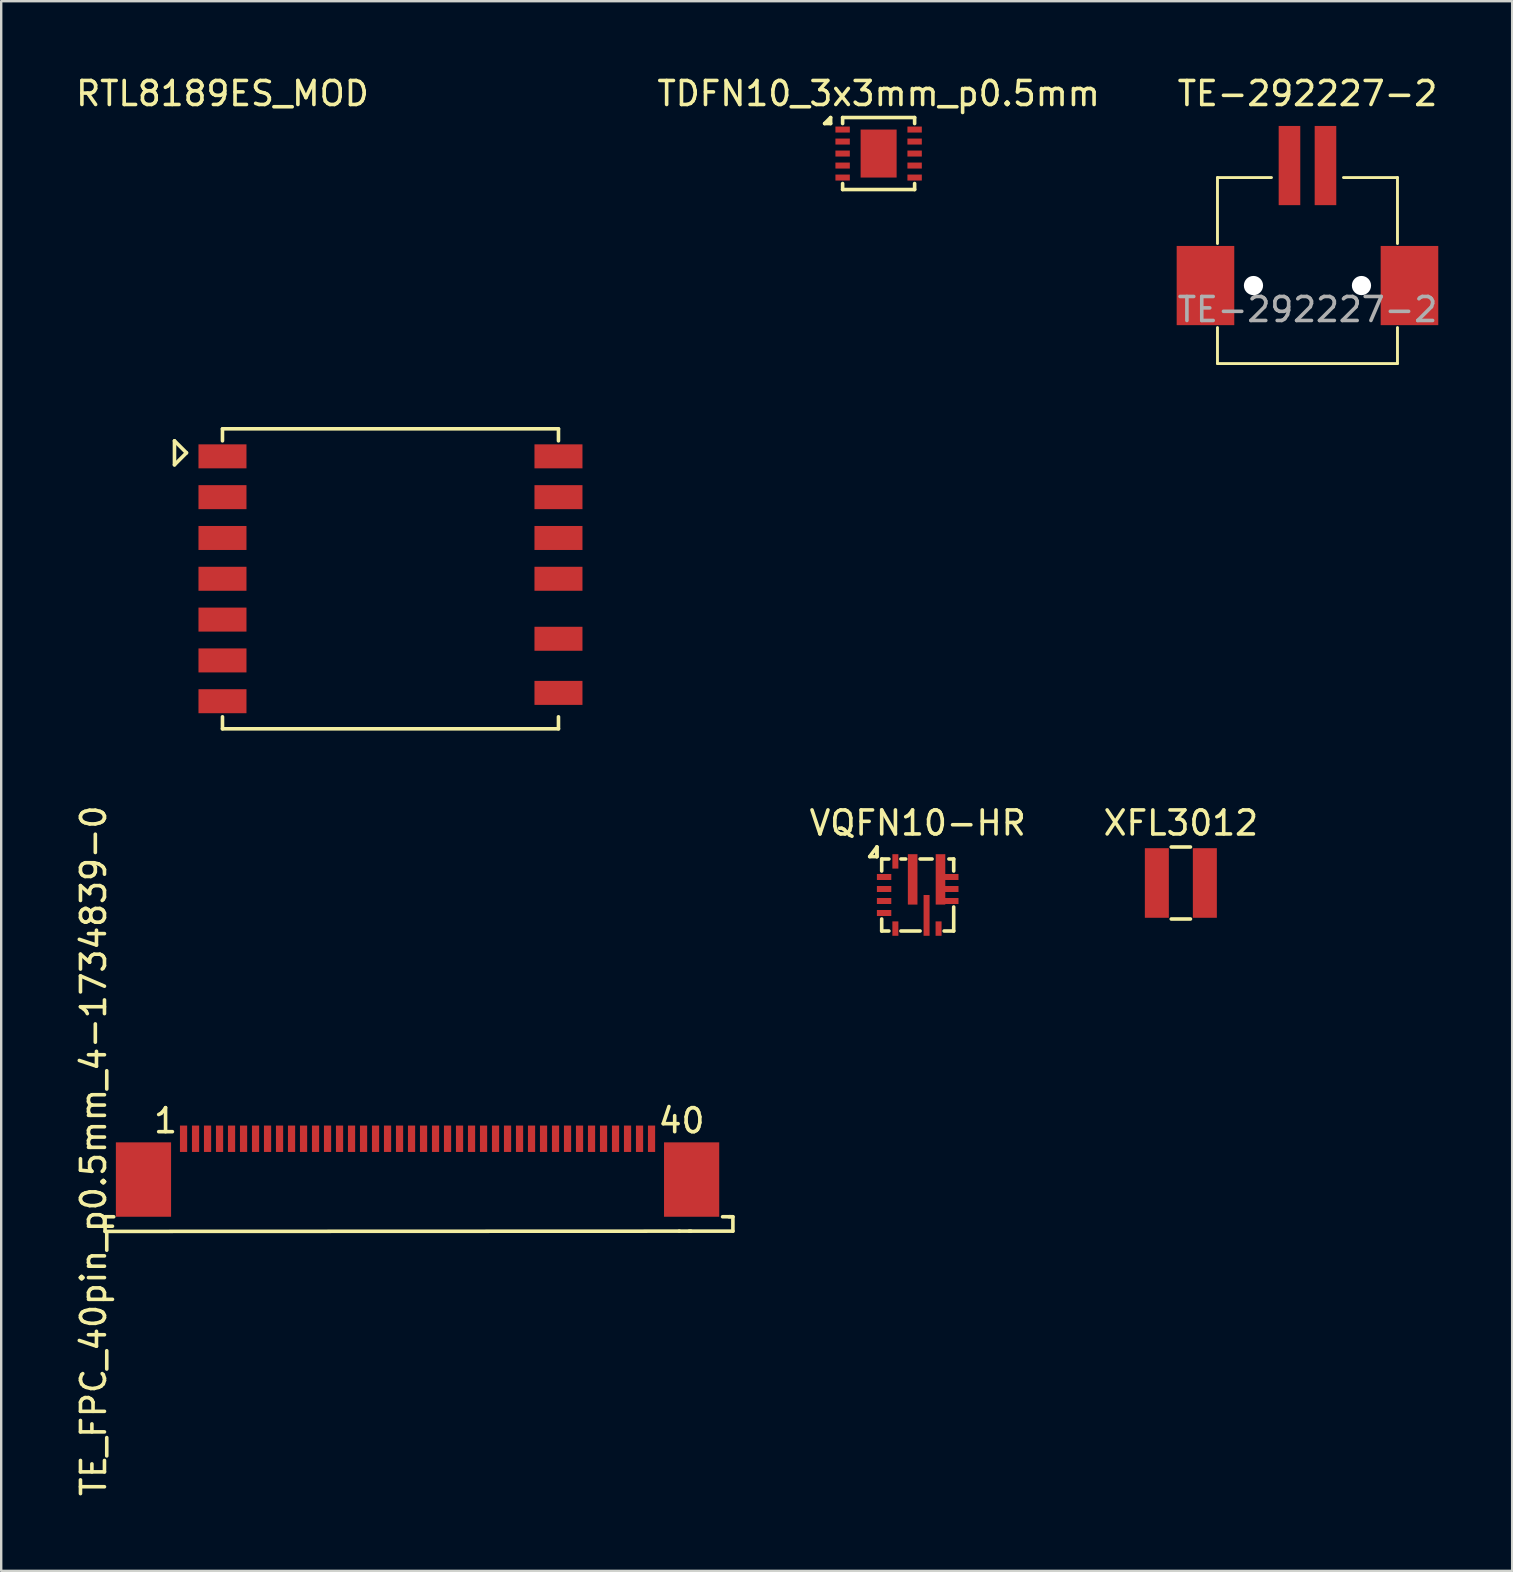
<source format=kicad_pcb>
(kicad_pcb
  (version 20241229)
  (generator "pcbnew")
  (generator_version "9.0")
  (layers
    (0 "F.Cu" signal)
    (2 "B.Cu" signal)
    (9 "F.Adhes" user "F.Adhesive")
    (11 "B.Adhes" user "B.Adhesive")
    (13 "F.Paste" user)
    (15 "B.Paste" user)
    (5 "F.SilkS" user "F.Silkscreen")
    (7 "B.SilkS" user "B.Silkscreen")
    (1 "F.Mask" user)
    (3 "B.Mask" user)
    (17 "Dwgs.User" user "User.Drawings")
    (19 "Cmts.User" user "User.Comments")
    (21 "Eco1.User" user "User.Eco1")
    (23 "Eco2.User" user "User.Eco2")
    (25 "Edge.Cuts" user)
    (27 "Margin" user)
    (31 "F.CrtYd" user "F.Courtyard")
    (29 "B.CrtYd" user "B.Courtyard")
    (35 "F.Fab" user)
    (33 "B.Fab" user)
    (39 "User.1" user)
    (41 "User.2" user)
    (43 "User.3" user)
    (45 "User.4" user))
  (footprint "TE-292227-2"
    (layer "F.Cu")
    (at 51.429 8.848)
    (property "Reference" "TE-292227-2" (at 0 -8 0) (unlocked yes) (layer "F.SilkS") (effects (font (size 1 1) (thickness 0.15))))
    (attr smd)
    (fp_line (start -3.75 -4.5) (end -3.75 -1.75) (stroke (width 0.12) (type solid)) (layer "F.SilkS"))
    (fp_line (start -3.75 3.25) (end -3.75 1.75) (stroke (width 0.12) (type solid)) (layer "F.SilkS"))
    (fp_line (start -1.5 -4.5) (end -3.75 -4.5) (stroke (width 0.12) (type solid)) (layer "F.SilkS"))
    (fp_line (start 3.75 -4.5) (end 1.5 -4.5) (stroke (width 0.12) (type solid)) (layer "F.SilkS"))
    (fp_line (start 3.75 -1.75) (end 3.75 -4.5) (stroke (width 0.12) (type solid)) (layer "F.SilkS"))
    (fp_line (start 3.75 3.25) (end -3.75 3.25) (stroke (width 0.12) (type solid)) (layer "F.SilkS"))
    (fp_line (start 3.75 3.25) (end 3.75 1.75) (stroke (width 0.12) (type solid)) (layer "F.SilkS"))
    (fp_text user "${REFERENCE}" (at 0 1 0) (unlocked yes) (layer "F.Fab") (effects (font (size 1 1) (thickness 0.15))))
    (pad "" np_thru_hole circle (at -2.25 0) (size 0.8 0.8) (drill 0.8) (layers "*.Cu" "*.Mask"))
    (pad "" np_thru_hole circle (at 2.25 0) (size 0.8 0.8) (drill 0.8) (layers "*.Cu" "*.Mask"))
    (pad "1" smd rect (at -0.75 -5) (size 0.9 3.3) (layers "F.Cu" "F.Mask" "F.Paste"))
    (pad "2" smd rect (at 0.75 -5) (size 0.9 3.3) (layers "F.Cu" "F.Mask" "F.Paste"))
    (pad "SH" smd rect (at -4.25 0) (size 2.4 3.3) (layers "F.Cu" "F.Mask" "F.Paste"))
    (pad "SH" smd rect (at 4.25 0) (size 2.4 3.3) (layers "F.Cu" "F.Mask" "F.Paste")))
  (footprint "XFL3012"
    (layer "F.Cu")
    (at 46.153 33.742)
    (property "Reference" "XFL3012" (at 0 -2.5 0) (unlocked yes) (layer "F.SilkS") (effects (font (size 1 1) (thickness 0.15))))
    (fp_line (start -0.4 -1.5) (end 0.4 -1.5) (stroke (width 0.15) (type solid)) (layer "F.SilkS"))
    (fp_line (start -0.4 1.5) (end 0.4 1.5) (stroke (width 0.15) (type solid)) (layer "F.SilkS"))
    (pad "1" smd rect (at -1 0) (size 1 2.9) (layers "F.Cu" "F.Mask" "F.Paste"))
    (pad "2" smd rect (at 1 0) (size 1 2.9) (layers "F.Cu" "F.Mask" "F.Paste")))
  (footprint "TE_FPC_40pin_p0.5mm_4-1734839-0"
    (layer "F.Cu")
    (at 14.348 44.399)
    (property "Reference" "TE_FPC_40pin_p0.5mm_4-1734839-0" (at -13.5 0.5 90) (layer "F.SilkS") (effects (font (size 1 1) (thickness 0.15))))
    (fp_line (start -13.02 3.25) (end -12.66 3.25) (stroke (width 0.15) (type solid)) (layer "F.SilkS"))
    (fp_line (start -13.02 3.86) (end -13.02 3.25) (stroke (width 0.15) (type solid)) (layer "F.SilkS"))
    (fp_line (start 10.91 3.85) (end -13.02 3.86) (stroke (width 0.15) (type solid)) (layer "F.SilkS"))
    (fp_line (start 11.32 3.85) (end 13.14 3.85) (stroke (width 0.15) (type solid)) (layer "F.SilkS"))
    (fp_line (start 11.39 3.85) (end 10.9 3.85) (stroke (width 0.15) (type solid)) (layer "F.SilkS"))
    (fp_line (start 12.71 3.25) (end 13.03 3.25) (stroke (width 0.15) (type solid)) (layer "F.SilkS"))
    (fp_line (start 13.14 3.25) (end 12.98 3.25) (stroke (width 0.15) (type solid)) (layer "F.SilkS"))
    (fp_line (start 13.14 3.85) (end 13.14 3.25) (stroke (width 0.15) (type solid)) (layer "F.SilkS"))
    (fp_text user "40" (at 11 -0.75 0) (layer "F.SilkS") (effects (font (size 1 1) (thickness 0.15))))
    (fp_text user "1" (at -10.5 -0.75 0) (layer "F.SilkS") (effects (font (size 1 1) (thickness 0.15))))
    (pad "1" smd rect (at -9.75 0) (size 0.3 1.1) (layers "F.Cu" "F.Mask" "F.Paste"))
    (pad "2" smd rect (at -9.25 0) (size 0.3 1.1) (layers "F.Cu" "F.Mask" "F.Paste"))
    (pad "3" smd rect (at -8.75 0) (size 0.3 1.1) (layers "F.Cu" "F.Mask" "F.Paste"))
    (pad "4" smd rect (at -8.25 0) (size 0.3 1.1) (layers "F.Cu" "F.Mask" "F.Paste"))
    (pad "5" smd rect (at -7.75 0) (size 0.3 1.1) (layers "F.Cu" "F.Mask" "F.Paste"))
    (pad "6" smd rect (at -7.25 0) (size 0.3 1.1) (layers "F.Cu" "F.Mask" "F.Paste"))
    (pad "7" smd rect (at -6.75 0) (size 0.3 1.1) (layers "F.Cu" "F.Mask" "F.Paste"))
    (pad "8" smd rect (at -6.25 0) (size 0.3 1.1) (layers "F.Cu" "F.Mask" "F.Paste"))
    (pad "9" smd rect (at -5.75 0) (size 0.3 1.1) (layers "F.Cu" "F.Mask" "F.Paste"))
    (pad "10" smd rect (at -5.25 0) (size 0.3 1.1) (layers "F.Cu" "F.Mask" "F.Paste"))
    (pad "11" smd rect (at -4.75 0) (size 0.3 1.1) (layers "F.Cu" "F.Mask" "F.Paste"))
    (pad "12" smd rect (at -4.25 0) (size 0.3 1.1) (layers "F.Cu" "F.Mask" "F.Paste"))
    (pad "13" smd rect (at -3.75 0) (size 0.3 1.1) (layers "F.Cu" "F.Mask" "F.Paste"))
    (pad "14" smd rect (at -3.25 0) (size 0.3 1.1) (layers "F.Cu" "F.Mask" "F.Paste"))
    (pad "15" smd rect (at -2.75 0) (size 0.3 1.1) (layers "F.Cu" "F.Mask" "F.Paste"))
    (pad "16" smd rect (at -2.25 0) (size 0.3 1.1) (layers "F.Cu" "F.Mask" "F.Paste"))
    (pad "17" smd rect (at -1.75 0) (size 0.3 1.1) (layers "F.Cu" "F.Mask" "F.Paste"))
    (pad "18" smd rect (at -1.25 0) (size 0.3 1.1) (layers "F.Cu" "F.Mask" "F.Paste"))
    (pad "19" smd rect (at -0.75 0) (size 0.3 1.1) (layers "F.Cu" "F.Mask" "F.Paste"))
    (pad "20" smd rect (at -0.25 0) (size 0.3 1.1) (layers "F.Cu" "F.Mask" "F.Paste"))
    (pad "21" smd rect (at 0.25 0) (size 0.3 1.1) (layers "F.Cu" "F.Mask" "F.Paste"))
    (pad "22" smd rect (at 0.75 0) (size 0.3 1.1) (layers "F.Cu" "F.Mask" "F.Paste"))
    (pad "23" smd rect (at 1.25 0) (size 0.3 1.1) (layers "F.Cu" "F.Mask" "F.Paste"))
    (pad "24" smd rect (at 1.75 0) (size 0.3 1.1) (layers "F.Cu" "F.Mask" "F.Paste"))
    (pad "25" smd rect (at 2.25 0) (size 0.3 1.1) (layers "F.Cu" "F.Mask" "F.Paste"))
    (pad "26" smd rect (at 2.75 0) (size 0.3 1.1) (layers "F.Cu" "F.Mask" "F.Paste"))
    (pad "27" smd rect (at 3.25 0) (size 0.3 1.1) (layers "F.Cu" "F.Mask" "F.Paste"))
    (pad "28" smd rect (at 3.75 0) (size 0.3 1.1) (layers "F.Cu" "F.Mask" "F.Paste"))
    (pad "29" smd rect (at 4.25 0) (size 0.3 1.1) (layers "F.Cu" "F.Mask" "F.Paste"))
    (pad "30" smd rect (at 4.75 0) (size 0.3 1.1) (layers "F.Cu" "F.Mask" "F.Paste"))
    (pad "31" smd rect (at 5.25 0) (size 0.3 1.1) (layers "F.Cu" "F.Mask" "F.Paste"))
    (pad "32" smd rect (at 5.75 0) (size 0.3 1.1) (layers "F.Cu" "F.Mask" "F.Paste"))
    (pad "33" smd rect (at 6.25 0) (size 0.3 1.1) (layers "F.Cu" "F.Mask" "F.Paste"))
    (pad "34" smd rect (at 6.75 0) (size 0.3 1.1) (layers "F.Cu" "F.Mask" "F.Paste"))
    (pad "35" smd rect (at 7.25 0) (size 0.3 1.1) (layers "F.Cu" "F.Mask" "F.Paste"))
    (pad "36" smd rect (at 7.75 0) (size 0.3 1.1) (layers "F.Cu" "F.Mask" "F.Paste"))
    (pad "37" smd rect (at 8.25 0) (size 0.3 1.1) (layers "F.Cu" "F.Mask" "F.Paste"))
    (pad "38" smd rect (at 8.75 0) (size 0.3 1.1) (layers "F.Cu" "F.Mask" "F.Paste"))
    (pad "39" smd rect (at 9.25 0) (size 0.3 1.1) (layers "F.Cu" "F.Mask" "F.Paste"))
    (pad "40" smd rect (at 9.75 0) (size 0.3 1.1) (layers "F.Cu" "F.Mask" "F.Paste"))
    (pad "SH" smd rect (at -11.42 1.7) (size 2.3 3.1) (layers "F.Cu" "F.Mask" "F.Paste"))
    (pad "SH" smd rect (at 11.42 1.7) (size 2.3 3.1) (layers "F.Cu" "F.Mask" "F.Paste")))
  (footprint "TDFN10_3x3mm_p0.5mm"
    (layer "F.Cu")
    (at 32.06 2.348)
    (property "Reference" "TDFN10_3x3mm_p0.5mm" (at 1.5 -1.5 0) (unlocked yes) (layer "F.SilkS") (effects (font (size 1 1) (thickness 0.15))))
    (fp_line (start -0.75 -0.25) (end -0.5 -0.5) (stroke (width 0.15) (type solid)) (layer "F.SilkS"))
    (fp_line (start -0.5 -0.25) (end -0.75 -0.25) (stroke (width 0.15) (type solid)) (layer "F.SilkS"))
    (fp_line (start -0.5 -0.25) (end -0.5 -0.5) (stroke (width 0.15) (type solid)) (layer "F.SilkS"))
    (fp_line (start 0 -0.5) (end 3 -0.5) (stroke (width 0.15) (type solid)) (layer "F.SilkS"))
    (fp_line (start 0 -0.25) (end 0 -0.5) (stroke (width 0.15) (type solid)) (layer "F.SilkS"))
    (fp_line (start 0 2.25) (end 0 2.5) (stroke (width 0.15) (type solid)) (layer "F.SilkS"))
    (fp_line (start 0 2.5) (end 3 2.5) (stroke (width 0.15) (type solid)) (layer "F.SilkS"))
    (fp_line (start 3 -0.5) (end 3 -0.25) (stroke (width 0.15) (type solid)) (layer "F.SilkS"))
    (fp_line (start 3 2.5) (end 3 2.25) (stroke (width 0.15) (type solid)) (layer "F.SilkS"))
    (pad "1" smd rect (at 0 0) (size 0.6 0.25) (layers "F.Cu" "F.Mask" "F.Paste"))
    (pad "2" smd rect (at 0 0.5) (size 0.6 0.25) (layers "F.Cu" "F.Mask" "F.Paste"))
    (pad "3" smd rect (at 0 1) (size 0.6 0.25) (layers "F.Cu" "F.Mask" "F.Paste"))
    (pad "4" smd rect (at 0 1.5) (size 0.6 0.25) (layers "F.Cu" "F.Mask" "F.Paste"))
    (pad "5" smd rect (at 0 2) (size 0.6 0.25) (layers "F.Cu" "F.Mask" "F.Paste"))
    (pad "6" smd rect (at 3 2) (size 0.6 0.25) (layers "F.Cu" "F.Mask" "F.Paste"))
    (pad "7" smd rect (at 3 1.5) (size 0.6 0.25) (layers "F.Cu" "F.Mask" "F.Paste"))
    (pad "8" smd rect (at 3 1) (size 0.6 0.25) (layers "F.Cu" "F.Mask" "F.Paste"))
    (pad "9" smd rect (at 3 0.5) (size 0.6 0.25) (layers "F.Cu" "F.Mask" "F.Paste"))
    (pad "10" smd rect (at 3 0) (size 0.6 0.25) (layers "F.Cu" "F.Mask" "F.Paste"))
    (pad "11" smd rect (at 1.5 1) (size 1.5 2) (layers "F.Cu" "F.Mask" "F.Paste")))
  (footprint "RTL8189ES_MOD"
    (layer "F.Cu")
    (at 6.22 14.818)
    (property "Reference" "RTL8189ES_MOD" (at 0 -13.97 0) (unlocked yes) (layer "F.SilkS") (effects (font (size 1 1) (thickness 0.15))))
    (fp_line (start -2 0.5) (end -2 1.5) (stroke (width 0.15) (type solid)) (layer "F.SilkS"))
    (fp_line (start -2 1.5) (end -1.5 1) (stroke (width 0.15) (type solid)) (layer "F.SilkS"))
    (fp_line (start -1.5 1) (end -2 0.5) (stroke (width 0.15) (type solid)) (layer "F.SilkS"))
    (fp_line (start 0 0) (end 14 0) (stroke (width 0.15) (type solid)) (layer "F.SilkS"))
    (fp_line (start 0 0.5) (end 0 0) (stroke (width 0.15) (type solid)) (layer "F.SilkS"))
    (fp_line (start 0 12) (end 0 12.5) (stroke (width 0.15) (type solid)) (layer "F.SilkS"))
    (fp_line (start 0 12.5) (end 14 12.5) (stroke (width 0.15) (type solid)) (layer "F.SilkS"))
    (fp_line (start 14 0.5) (end 14 0) (stroke (width 0.15) (type solid)) (layer "F.SilkS"))
    (fp_line (start 14 12.5) (end 14 12) (stroke (width 0.15) (type solid)) (layer "F.SilkS"))
    (pad "1" smd rect (at 0 1.147) (size 2 1) (layers "F.Cu" "F.Mask" "F.Paste"))
    (pad "2" smd rect (at 0 2.847) (size 2 1) (layers "F.Cu" "F.Mask" "F.Paste"))
    (pad "3" smd rect (at 0 4.548) (size 2 1) (layers "F.Cu" "F.Mask" "F.Paste"))
    (pad "4" smd rect (at 0 6.248) (size 2 1) (layers "F.Cu" "F.Mask" "F.Paste"))
    (pad "5" smd rect (at 0 7.949) (size 2 1) (layers "F.Cu" "F.Mask" "F.Paste"))
    (pad "6" smd rect (at 0 9.65) (size 2 1) (layers "F.Cu" "F.Mask" "F.Paste"))
    (pad "7" smd rect (at 0 11.35) (size 2 1) (layers "F.Cu" "F.Mask" "F.Paste"))
    (pad "8" smd rect (at 14 11.003) (size 2 1) (layers "F.Cu" "F.Mask" "F.Paste"))
    (pad "9" smd rect (at 14 8.748) (size 2 1) (layers "F.Cu" "F.Mask" "F.Paste"))
    (pad "10" smd rect (at 14 6.248) (size 2 1) (layers "F.Cu" "F.Mask" "F.Paste"))
    (pad "11" smd rect (at 14 4.548) (size 2 1) (layers "F.Cu" "F.Mask" "F.Paste"))
    (pad "12" smd rect (at 14 2.847) (size 2 1) (layers "F.Cu" "F.Mask" "F.Paste"))
    (pad "13" smd rect (at 14 1.147) (size 2 1) (layers "F.Cu" "F.Mask" "F.Paste")))
  (footprint "VQFN10-HR"
    (layer "F.Cu")
    (at 35.188 34.242)
    (property "Reference" "VQFN10-HR" (at 0 -3 0) (unlocked yes) (layer "F.SilkS") (effects (font (size 1 1) (thickness 0.15))))
    (fp_line (start -2 -1.6) (end -1.7 -2) (stroke (width 0.15) (type solid)) (layer "F.SilkS"))
    (fp_line (start -1.7 -2) (end -1.7 -1.6) (stroke (width 0.15) (type solid)) (layer "F.SilkS"))
    (fp_line (start -1.7 -1.6) (end -2 -1.6) (stroke (width 0.15) (type solid)) (layer "F.SilkS"))
    (fp_line (start -1.7 -1.6) (end -1.7 -2) (stroke (width 0.15) (type solid)) (layer "F.SilkS"))
    (fp_line (start -1.5 -1.5) (end -1.5 -1) (stroke (width 0.15) (type solid)) (layer "F.SilkS"))
    (fp_line (start -1.5 1.5) (end -1.5 1) (stroke (width 0.15) (type solid)) (layer "F.SilkS"))
    (fp_line (start -1.2 -1.5) (end -1.5 -1.5) (stroke (width 0.15) (type solid)) (layer "F.SilkS"))
    (fp_line (start -1.2 1.5) (end -1.5 1.5) (stroke (width 0.15) (type solid)) (layer "F.SilkS"))
    (fp_line (start -0.7 1.5) (end 0.1 1.5) (stroke (width 0.15) (type solid)) (layer "F.SilkS"))
    (fp_line (start -0.5 -1.5) (end -0.7 -1.5) (stroke (width 0.15) (type solid)) (layer "F.SilkS"))
    (fp_line (start 0.6 -1.5) (end 0.1 -1.5) (stroke (width 0.15) (type solid)) (layer "F.SilkS"))
    (fp_line (start 1.1 1.5) (end 1.5 1.5) (stroke (width 0.15) (type solid)) (layer "F.SilkS"))
    (fp_line (start 1.5 -1.5) (end 1.3 -1.5) (stroke (width 0.15) (type solid)) (layer "F.SilkS"))
    (fp_line (start 1.5 -1) (end 1.5 -1.5) (stroke (width 0.15) (type solid)) (layer "F.SilkS"))
    (fp_line (start 1.5 1.5) (end 1.5 0.5) (stroke (width 0.15) (type solid)) (layer "F.SilkS"))
    (pad "1" smd rect (at -1.4 -0.75) (size 0.6 0.25) (layers "F.Cu" "F.Mask" "F.Paste"))
    (pad "2" smd rect (at -1.4 -0.25) (size 0.6 0.25) (layers "F.Cu" "F.Mask" "F.Paste"))
    (pad "3" smd rect (at -1.4 0.25) (size 0.6 0.25) (layers "F.Cu" "F.Mask" "F.Paste"))
    (pad "4" smd rect (at -1.4 0.75) (size 0.6 0.25) (layers "F.Cu" "F.Mask" "F.Paste"))
    (pad "5" smd rect (at -0.93 1.4 90) (size 0.6 0.25) (layers "F.Cu" "F.Mask" "F.Paste"))
    (pad "6" smd rect (at 0.37 0.85 90) (size 1.7 0.25) (layers "F.Cu" "F.Mask" "F.Paste"))
    (pad "7" smd rect (at 0.87 1.4 90) (size 0.6 0.25) (layers "F.Cu" "F.Mask" "F.Paste"))
    (pad "8" smd rect (at 0.95 -0.65 90) (size 2.1 0.4) (layers "F.Cu" "F.Mask" "F.Paste"))
    (pad "8" smd rect (at 1.4 -0.75) (size 0.6 0.25) (layers "F.Cu" "F.Mask" "F.Paste"))
    (pad "8" smd rect (at 1.4 -0.25) (size 0.6 0.25) (layers "F.Cu" "F.Mask" "F.Paste"))
    (pad "8" smd rect (at 1.4 0.25) (size 0.6 0.25) (layers "F.Cu" "F.Mask" "F.Paste"))
    (pad "9" smd rect (at -0.21 -0.65 90) (size 2.1 0.4) (layers "F.Cu" "F.Mask" "F.Paste"))
    (pad "10" smd rect (at -0.93 -1.4 90) (size 0.6 0.25) (layers "F.Cu" "F.Mask" "F.Paste")))
  (gr_rect
    (start -3 -3)
    (end 59.958 62.405)
    (stroke (width 0.1) (type default))
    (fill no)
    (layer "Edge.Cuts")))
</source>
